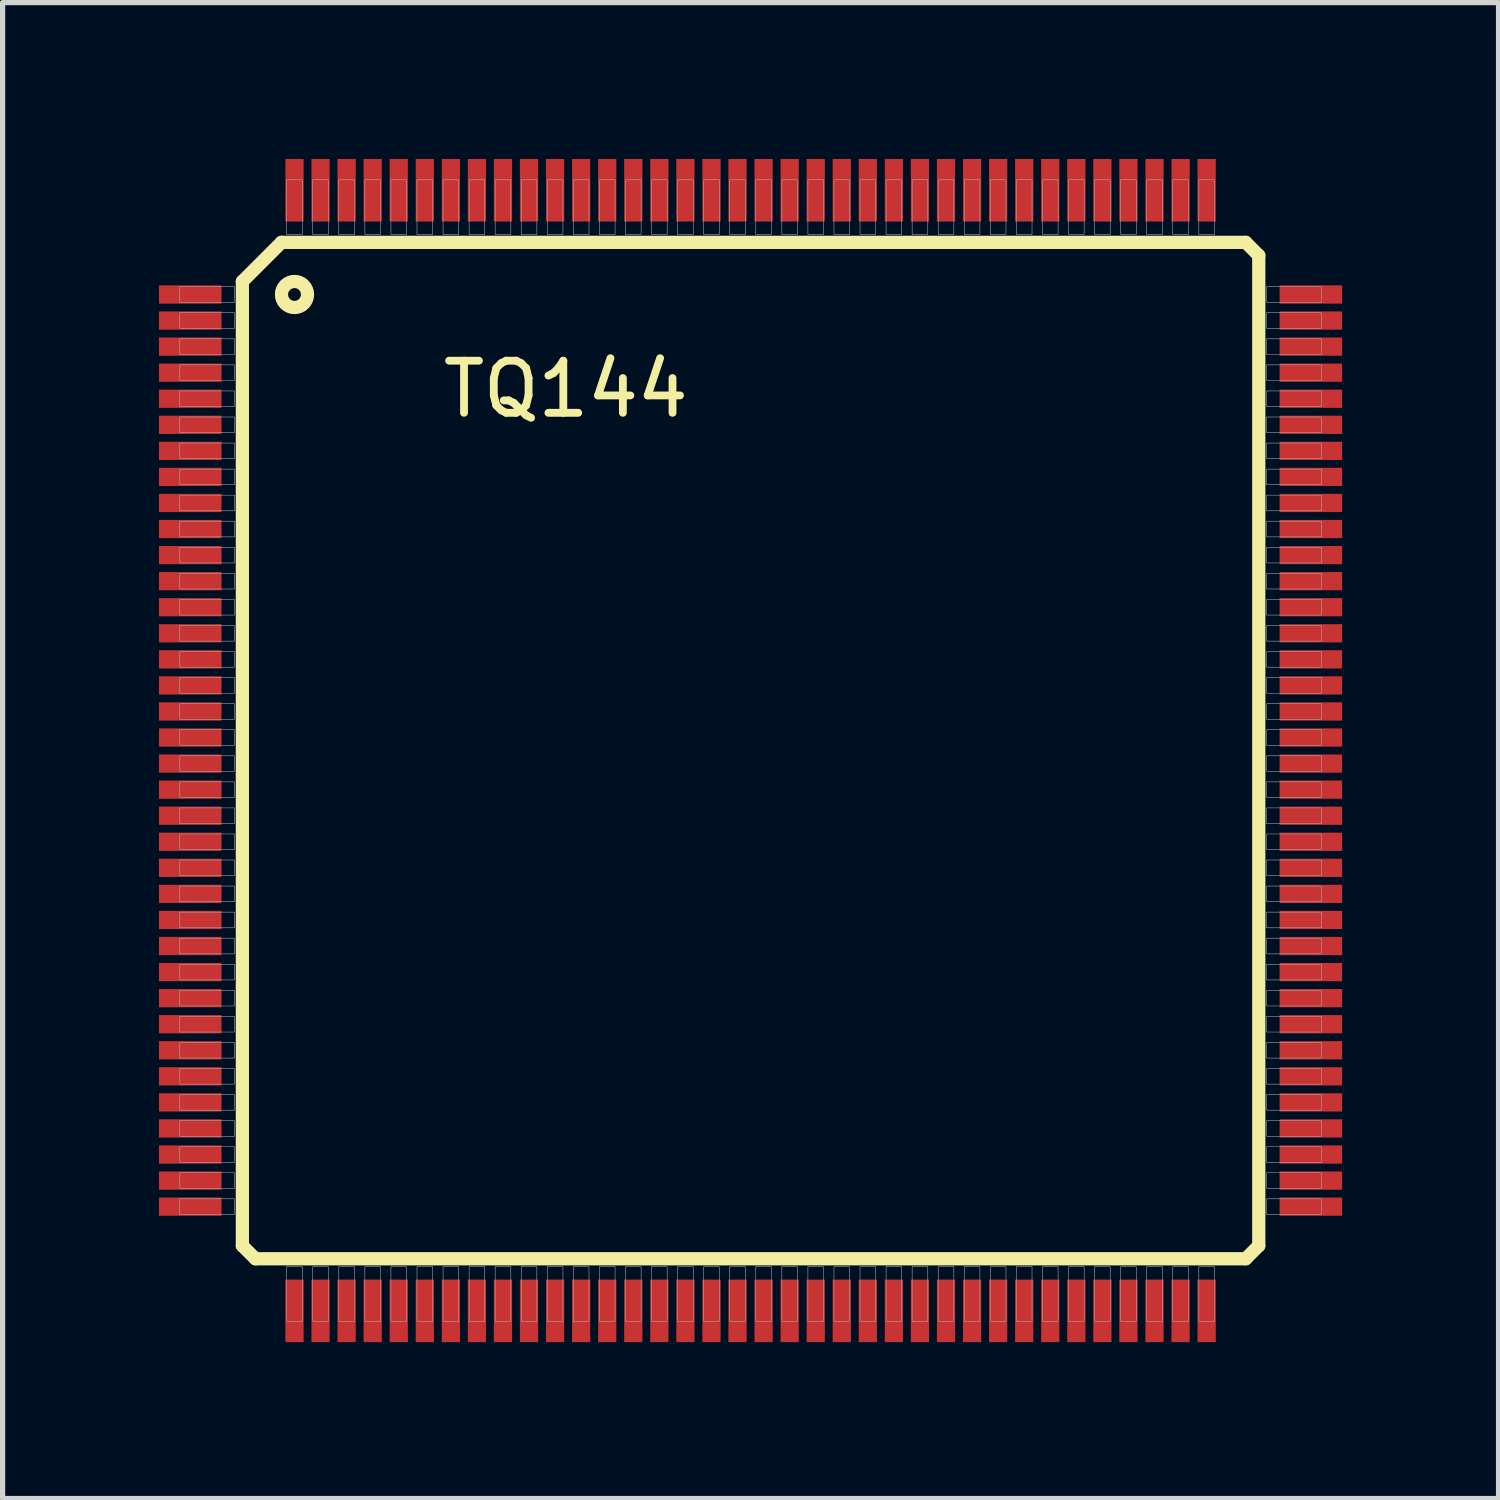
<source format=kicad_pcb>
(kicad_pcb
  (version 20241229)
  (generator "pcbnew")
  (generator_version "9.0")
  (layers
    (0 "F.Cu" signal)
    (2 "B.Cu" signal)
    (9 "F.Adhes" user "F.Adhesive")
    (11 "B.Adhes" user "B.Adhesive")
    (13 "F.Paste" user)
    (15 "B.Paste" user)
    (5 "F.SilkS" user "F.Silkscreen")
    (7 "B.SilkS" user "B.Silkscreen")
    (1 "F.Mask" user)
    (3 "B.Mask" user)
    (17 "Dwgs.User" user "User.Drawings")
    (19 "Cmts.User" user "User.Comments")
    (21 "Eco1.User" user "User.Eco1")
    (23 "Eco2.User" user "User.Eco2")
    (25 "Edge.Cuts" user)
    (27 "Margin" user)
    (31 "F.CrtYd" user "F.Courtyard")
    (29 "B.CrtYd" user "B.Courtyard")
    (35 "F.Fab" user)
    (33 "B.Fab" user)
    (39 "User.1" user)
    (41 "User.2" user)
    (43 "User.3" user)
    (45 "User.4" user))
  (footprint "TQ144"
    (layer "F.Cu")
    (at 11.35 11.35)
    (property "Reference" "TQ144" (at -3.545 -6.935 0) (layer "F.SilkS") (effects (font (size 1 1) (thickness 0.15))))
    (attr through_hole)
    (fp_line (start -9.75 -9) (end -9 -9.75) (stroke (width 0.254) (type solid)) (layer "F.SilkS"))
    (fp_line (start -9.75 9.5) (end -9.75 -9) (stroke (width 0.254) (type solid)) (layer "F.SilkS"))
    (fp_line (start -9.5 9.75) (end -9.75 9.5) (stroke (width 0.254) (type solid)) (layer "F.SilkS"))
    (fp_line (start -9 -9.75) (end 9.5 -9.75) (stroke (width 0.254) (type solid)) (layer "F.SilkS"))
    (fp_line (start 9.5 -9.75) (end 9.75 -9.5) (stroke (width 0.254) (type solid)) (layer "F.SilkS"))
    (fp_line (start 9.5 9.75) (end -9.5 9.75) (stroke (width 0.254) (type solid)) (layer "F.SilkS"))
    (fp_line (start 9.75 -9.5) (end 9.75 9.5) (stroke (width 0.254) (type solid)) (layer "F.SilkS"))
    (fp_line (start 9.75 9.5) (end 9.5 9.75) (stroke (width 0.254) (type solid)) (layer "F.SilkS"))
    (fp_circle (center -8.75 -8.75) (end -8.5 -8.75) (stroke (width 0.254) (type solid)) (fill no) (layer "F.SilkS"))
    (fp_poly (pts (xy -10.95 -8.9) (xy -9.9 -8.9) (xy -9.9 -8.6) (xy -10.95 -8.6)) (stroke (width 0.01) (type solid)) (fill no) (layer "F.Fab"))
    (fp_poly (pts (xy -10.95 -8.4) (xy -9.9 -8.4) (xy -9.9 -8.1) (xy -10.95 -8.1)) (stroke (width 0.01) (type solid)) (fill no) (layer "F.Fab"))
    (fp_poly (pts (xy -10.95 -7.9) (xy -9.9 -7.9) (xy -9.9 -7.6) (xy -10.95 -7.6)) (stroke (width 0.01) (type solid)) (fill no) (layer "F.Fab"))
    (fp_poly (pts (xy -10.95 -7.4) (xy -9.9 -7.4) (xy -9.9 -7.1) (xy -10.95 -7.1)) (stroke (width 0.01) (type solid)) (fill no) (layer "F.Fab"))
    (fp_poly (pts (xy -10.95 -6.9) (xy -9.9 -6.9) (xy -9.9 -6.6) (xy -10.95 -6.6)) (stroke (width 0.01) (type solid)) (fill no) (layer "F.Fab"))
    (fp_poly (pts (xy -10.95 -6.4) (xy -9.9 -6.4) (xy -9.9 -6.1) (xy -10.95 -6.1)) (stroke (width 0.01) (type solid)) (fill no) (layer "F.Fab"))
    (fp_poly (pts (xy -10.95 -5.9) (xy -9.9 -5.9) (xy -9.9 -5.6) (xy -10.95 -5.6)) (stroke (width 0.01) (type solid)) (fill no) (layer "F.Fab"))
    (fp_poly (pts (xy -10.95 -5.4) (xy -9.9 -5.4) (xy -9.9 -5.1) (xy -10.95 -5.1)) (stroke (width 0.01) (type solid)) (fill no) (layer "F.Fab"))
    (fp_poly (pts (xy -10.95 -4.9) (xy -9.9 -4.9) (xy -9.9 -4.6) (xy -10.95 -4.6)) (stroke (width 0.01) (type solid)) (fill no) (layer "F.Fab"))
    (fp_poly (pts (xy -10.95 -4.4) (xy -9.9 -4.4) (xy -9.9 -4.1) (xy -10.95 -4.1)) (stroke (width 0.01) (type solid)) (fill no) (layer "F.Fab"))
    (fp_poly (pts (xy -10.95 -3.9) (xy -9.9 -3.9) (xy -9.9 -3.6) (xy -10.95 -3.6)) (stroke (width 0.01) (type solid)) (fill no) (layer "F.Fab"))
    (fp_poly (pts (xy -10.95 -3.4) (xy -9.9 -3.4) (xy -9.9 -3.1) (xy -10.95 -3.1)) (stroke (width 0.01) (type solid)) (fill no) (layer "F.Fab"))
    (fp_poly (pts (xy -10.95 -2.9) (xy -9.9 -2.9) (xy -9.9 -2.6) (xy -10.95 -2.6)) (stroke (width 0.01) (type solid)) (fill no) (layer "F.Fab"))
    (fp_poly (pts (xy -10.95 -2.4) (xy -9.9 -2.4) (xy -9.9 -2.1) (xy -10.95 -2.1)) (stroke (width 0.01) (type solid)) (fill no) (layer "F.Fab"))
    (fp_poly (pts (xy -10.95 -1.9) (xy -9.9 -1.9) (xy -9.9 -1.6) (xy -10.95 -1.6)) (stroke (width 0.01) (type solid)) (fill no) (layer "F.Fab"))
    (fp_poly (pts (xy -10.95 -1.4) (xy -9.9 -1.4) (xy -9.9 -1.1) (xy -10.95 -1.1)) (stroke (width 0.01) (type solid)) (fill no) (layer "F.Fab"))
    (fp_poly (pts (xy -10.95 -0.9) (xy -9.9 -0.9) (xy -9.9 -0.6) (xy -10.95 -0.6)) (stroke (width 0.01) (type solid)) (fill no) (layer "F.Fab"))
    (fp_poly (pts (xy -10.95 -0.4) (xy -9.9 -0.4) (xy -9.9 -0.1) (xy -10.95 -0.1)) (stroke (width 0.01) (type solid)) (fill no) (layer "F.Fab"))
    (fp_poly (pts (xy -10.95 0.1) (xy -9.9 0.1) (xy -9.9 0.4) (xy -10.95 0.4)) (stroke (width 0.01) (type solid)) (fill no) (layer "F.Fab"))
    (fp_poly (pts (xy -10.95 0.6) (xy -9.9 0.6) (xy -9.9 0.9) (xy -10.95 0.9)) (stroke (width 0.01) (type solid)) (fill no) (layer "F.Fab"))
    (fp_poly (pts (xy -10.95 1.1) (xy -9.9 1.1) (xy -9.9 1.4) (xy -10.95 1.4)) (stroke (width 0.01) (type solid)) (fill no) (layer "F.Fab"))
    (fp_poly (pts (xy -10.95 1.6) (xy -9.9 1.6) (xy -9.9 1.9) (xy -10.95 1.9)) (stroke (width 0.01) (type solid)) (fill no) (layer "F.Fab"))
    (fp_poly (pts (xy -10.95 2.1) (xy -9.9 2.1) (xy -9.9 2.4) (xy -10.95 2.4)) (stroke (width 0.01) (type solid)) (fill no) (layer "F.Fab"))
    (fp_poly (pts (xy -10.95 2.6) (xy -9.9 2.6) (xy -9.9 2.9) (xy -10.95 2.9)) (stroke (width 0.01) (type solid)) (fill no) (layer "F.Fab"))
    (fp_poly (pts (xy -10.95 3.1) (xy -9.9 3.1) (xy -9.9 3.4) (xy -10.95 3.4)) (stroke (width 0.01) (type solid)) (fill no) (layer "F.Fab"))
    (fp_poly (pts (xy -10.95 3.6) (xy -9.9 3.6) (xy -9.9 3.9) (xy -10.95 3.9)) (stroke (width 0.01) (type solid)) (fill no) (layer "F.Fab"))
    (fp_poly (pts (xy -10.95 4.1) (xy -9.9 4.1) (xy -9.9 4.4) (xy -10.95 4.4)) (stroke (width 0.01) (type solid)) (fill no) (layer "F.Fab"))
    (fp_poly (pts (xy -10.95 4.6) (xy -9.9 4.6) (xy -9.9 4.9) (xy -10.95 4.9)) (stroke (width 0.01) (type solid)) (fill no) (layer "F.Fab"))
    (fp_poly (pts (xy -10.95 5.1) (xy -9.9 5.1) (xy -9.9 5.4) (xy -10.95 5.4)) (stroke (width 0.01) (type solid)) (fill no) (layer "F.Fab"))
    (fp_poly (pts (xy -10.95 5.6) (xy -9.9 5.6) (xy -9.9 5.9) (xy -10.95 5.9)) (stroke (width 0.01) (type solid)) (fill no) (layer "F.Fab"))
    (fp_poly (pts (xy -10.95 6.1) (xy -9.9 6.1) (xy -9.9 6.4) (xy -10.95 6.4)) (stroke (width 0.01) (type solid)) (fill no) (layer "F.Fab"))
    (fp_poly (pts (xy -10.95 6.6) (xy -9.9 6.6) (xy -9.9 6.9) (xy -10.95 6.9)) (stroke (width 0.01) (type solid)) (fill no) (layer "F.Fab"))
    (fp_poly (pts (xy -10.95 7.1) (xy -9.9 7.1) (xy -9.9 7.4) (xy -10.95 7.4)) (stroke (width 0.01) (type solid)) (fill no) (layer "F.Fab"))
    (fp_poly (pts (xy -10.95 7.6) (xy -9.9 7.6) (xy -9.9 7.9) (xy -10.95 7.9)) (stroke (width 0.01) (type solid)) (fill no) (layer "F.Fab"))
    (fp_poly (pts (xy -10.95 8.1) (xy -9.9 8.1) (xy -9.9 8.4) (xy -10.95 8.4)) (stroke (width 0.01) (type solid)) (fill no) (layer "F.Fab"))
    (fp_poly (pts (xy -10.95 8.6) (xy -9.9 8.6) (xy -9.9 8.9) (xy -10.95 8.9)) (stroke (width 0.01) (type solid)) (fill no) (layer "F.Fab"))
    (fp_poly (pts (xy -8.9 -10.95) (xy -8.6 -10.95) (xy -8.6 -9.9) (xy -8.9 -9.9)) (stroke (width 0.01) (type solid)) (fill no) (layer "F.Fab"))
    (fp_poly (pts (xy -8.9 9.9) (xy -8.6 9.9) (xy -8.6 10.95) (xy -8.9 10.95)) (stroke (width 0.01) (type solid)) (fill no) (layer "F.Fab"))
    (fp_poly (pts (xy -8.4 -10.95) (xy -8.1 -10.95) (xy -8.1 -9.9) (xy -8.4 -9.9)) (stroke (width 0.01) (type solid)) (fill no) (layer "F.Fab"))
    (fp_poly (pts (xy -8.4 9.9) (xy -8.1 9.9) (xy -8.1 10.95) (xy -8.4 10.95)) (stroke (width 0.01) (type solid)) (fill no) (layer "F.Fab"))
    (fp_poly (pts (xy -7.9 -10.95) (xy -7.6 -10.95) (xy -7.6 -9.9) (xy -7.9 -9.9)) (stroke (width 0.01) (type solid)) (fill no) (layer "F.Fab"))
    (fp_poly (pts (xy -7.9 9.9) (xy -7.6 9.9) (xy -7.6 10.95) (xy -7.9 10.95)) (stroke (width 0.01) (type solid)) (fill no) (layer "F.Fab"))
    (fp_poly (pts (xy -7.4 -10.95) (xy -7.1 -10.95) (xy -7.1 -9.9) (xy -7.4 -9.9)) (stroke (width 0.01) (type solid)) (fill no) (layer "F.Fab"))
    (fp_poly (pts (xy -7.4 9.9) (xy -7.1 9.9) (xy -7.1 10.95) (xy -7.4 10.95)) (stroke (width 0.01) (type solid)) (fill no) (layer "F.Fab"))
    (fp_poly (pts (xy -6.9 -10.95) (xy -6.6 -10.95) (xy -6.6 -9.9) (xy -6.9 -9.9)) (stroke (width 0.01) (type solid)) (fill no) (layer "F.Fab"))
    (fp_poly (pts (xy -6.9 9.9) (xy -6.6 9.9) (xy -6.6 10.95) (xy -6.9 10.95)) (stroke (width 0.01) (type solid)) (fill no) (layer "F.Fab"))
    (fp_poly (pts (xy -6.4 -10.95) (xy -6.1 -10.95) (xy -6.1 -9.9) (xy -6.4 -9.9)) (stroke (width 0.01) (type solid)) (fill no) (layer "F.Fab"))
    (fp_poly (pts (xy -6.4 9.9) (xy -6.1 9.9) (xy -6.1 10.95) (xy -6.4 10.95)) (stroke (width 0.01) (type solid)) (fill no) (layer "F.Fab"))
    (fp_poly (pts (xy -5.9 -10.95) (xy -5.6 -10.95) (xy -5.6 -9.9) (xy -5.9 -9.9)) (stroke (width 0.01) (type solid)) (fill no) (layer "F.Fab"))
    (fp_poly (pts (xy -5.9 9.9) (xy -5.6 9.9) (xy -5.6 10.95) (xy -5.9 10.95)) (stroke (width 0.01) (type solid)) (fill no) (layer "F.Fab"))
    (fp_poly (pts (xy -5.4 -10.95) (xy -5.1 -10.95) (xy -5.1 -9.9) (xy -5.4 -9.9)) (stroke (width 0.01) (type solid)) (fill no) (layer "F.Fab"))
    (fp_poly (pts (xy -5.4 9.9) (xy -5.1 9.9) (xy -5.1 10.95) (xy -5.4 10.95)) (stroke (width 0.01) (type solid)) (fill no) (layer "F.Fab"))
    (fp_poly (pts (xy -4.9 -10.95) (xy -4.6 -10.95) (xy -4.6 -9.9) (xy -4.9 -9.9)) (stroke (width 0.01) (type solid)) (fill no) (layer "F.Fab"))
    (fp_poly (pts (xy -4.9 9.9) (xy -4.6 9.9) (xy -4.6 10.95) (xy -4.9 10.95)) (stroke (width 0.01) (type solid)) (fill no) (layer "F.Fab"))
    (fp_poly (pts (xy -4.4 -10.95) (xy -4.1 -10.95) (xy -4.1 -9.9) (xy -4.4 -9.9)) (stroke (width 0.01) (type solid)) (fill no) (layer "F.Fab"))
    (fp_poly (pts (xy -4.4 9.9) (xy -4.1 9.9) (xy -4.1 10.95) (xy -4.4 10.95)) (stroke (width 0.01) (type solid)) (fill no) (layer "F.Fab"))
    (fp_poly (pts (xy -3.9 -10.95) (xy -3.6 -10.95) (xy -3.6 -9.9) (xy -3.9 -9.9)) (stroke (width 0.01) (type solid)) (fill no) (layer "F.Fab"))
    (fp_poly (pts (xy -3.9 9.9) (xy -3.6 9.9) (xy -3.6 10.95) (xy -3.9 10.95)) (stroke (width 0.01) (type solid)) (fill no) (layer "F.Fab"))
    (fp_poly (pts (xy -3.4 -10.95) (xy -3.1 -10.95) (xy -3.1 -9.9) (xy -3.4 -9.9)) (stroke (width 0.01) (type solid)) (fill no) (layer "F.Fab"))
    (fp_poly (pts (xy -3.4 9.9) (xy -3.1 9.9) (xy -3.1 10.95) (xy -3.4 10.95)) (stroke (width 0.01) (type solid)) (fill no) (layer "F.Fab"))
    (fp_poly (pts (xy -2.9 -10.95) (xy -2.6 -10.95) (xy -2.6 -9.9) (xy -2.9 -9.9)) (stroke (width 0.01) (type solid)) (fill no) (layer "F.Fab"))
    (fp_poly (pts (xy -2.9 9.9) (xy -2.6 9.9) (xy -2.6 10.95) (xy -2.9 10.95)) (stroke (width 0.01) (type solid)) (fill no) (layer "F.Fab"))
    (fp_poly (pts (xy -2.4 -10.95) (xy -2.1 -10.95) (xy -2.1 -9.9) (xy -2.4 -9.9)) (stroke (width 0.01) (type solid)) (fill no) (layer "F.Fab"))
    (fp_poly (pts (xy -2.4 9.9) (xy -2.1 9.9) (xy -2.1 10.95) (xy -2.4 10.95)) (stroke (width 0.01) (type solid)) (fill no) (layer "F.Fab"))
    (fp_poly (pts (xy -1.9 -10.95) (xy -1.6 -10.95) (xy -1.6 -9.9) (xy -1.9 -9.9)) (stroke (width 0.01) (type solid)) (fill no) (layer "F.Fab"))
    (fp_poly (pts (xy -1.9 9.9) (xy -1.6 9.9) (xy -1.6 10.95) (xy -1.9 10.95)) (stroke (width 0.01) (type solid)) (fill no) (layer "F.Fab"))
    (fp_poly (pts (xy -1.4 -10.95) (xy -1.1 -10.95) (xy -1.1 -9.9) (xy -1.4 -9.9)) (stroke (width 0.01) (type solid)) (fill no) (layer "F.Fab"))
    (fp_poly (pts (xy -1.4 9.9) (xy -1.1 9.9) (xy -1.1 10.95) (xy -1.4 10.95)) (stroke (width 0.01) (type solid)) (fill no) (layer "F.Fab"))
    (fp_poly (pts (xy -0.9 -10.95) (xy -0.6 -10.95) (xy -0.6 -9.9) (xy -0.9 -9.9)) (stroke (width 0.01) (type solid)) (fill no) (layer "F.Fab"))
    (fp_poly (pts (xy -0.9 9.9) (xy -0.6 9.9) (xy -0.6 10.95) (xy -0.9 10.95)) (stroke (width 0.01) (type solid)) (fill no) (layer "F.Fab"))
    (fp_poly (pts (xy -0.4 -10.95) (xy -0.1 -10.95) (xy -0.1 -9.9) (xy -0.4 -9.9)) (stroke (width 0.01) (type solid)) (fill no) (layer "F.Fab"))
    (fp_poly (pts (xy -0.4 9.9) (xy -0.1 9.9) (xy -0.1 10.95) (xy -0.4 10.95)) (stroke (width 0.01) (type solid)) (fill no) (layer "F.Fab"))
    (fp_poly (pts (xy 0.1 -10.95) (xy 0.4 -10.95) (xy 0.4 -9.9) (xy 0.1 -9.9)) (stroke (width 0.01) (type solid)) (fill no) (layer "F.Fab"))
    (fp_poly (pts (xy 0.1 9.9) (xy 0.4 9.9) (xy 0.4 10.95) (xy 0.1 10.95)) (stroke (width 0.01) (type solid)) (fill no) (layer "F.Fab"))
    (fp_poly (pts (xy 0.6 -10.95) (xy 0.9 -10.95) (xy 0.9 -9.9) (xy 0.6 -9.9)) (stroke (width 0.01) (type solid)) (fill no) (layer "F.Fab"))
    (fp_poly (pts (xy 0.6 9.9) (xy 0.9 9.9) (xy 0.9 10.95) (xy 0.6 10.95)) (stroke (width 0.01) (type solid)) (fill no) (layer "F.Fab"))
    (fp_poly (pts (xy 1.1 -10.95) (xy 1.4 -10.95) (xy 1.4 -9.9) (xy 1.1 -9.9)) (stroke (width 0.01) (type solid)) (fill no) (layer "F.Fab"))
    (fp_poly (pts (xy 1.1 9.9) (xy 1.4 9.9) (xy 1.4 10.95) (xy 1.1 10.95)) (stroke (width 0.01) (type solid)) (fill no) (layer "F.Fab"))
    (fp_poly (pts (xy 1.6 -10.95) (xy 1.9 -10.95) (xy 1.9 -9.9) (xy 1.6 -9.9)) (stroke (width 0.01) (type solid)) (fill no) (layer "F.Fab"))
    (fp_poly (pts (xy 1.6 9.9) (xy 1.9 9.9) (xy 1.9 10.95) (xy 1.6 10.95)) (stroke (width 0.01) (type solid)) (fill no) (layer "F.Fab"))
    (fp_poly (pts (xy 2.1 -10.95) (xy 2.4 -10.95) (xy 2.4 -9.9) (xy 2.1 -9.9)) (stroke (width 0.01) (type solid)) (fill no) (layer "F.Fab"))
    (fp_poly (pts (xy 2.1 9.9) (xy 2.4 9.9) (xy 2.4 10.95) (xy 2.1 10.95)) (stroke (width 0.01) (type solid)) (fill no) (layer "F.Fab"))
    (fp_poly (pts (xy 2.6 -10.95) (xy 2.9 -10.95) (xy 2.9 -9.9) (xy 2.6 -9.9)) (stroke (width 0.01) (type solid)) (fill no) (layer "F.Fab"))
    (fp_poly (pts (xy 2.6 9.9) (xy 2.9 9.9) (xy 2.9 10.95) (xy 2.6 10.95)) (stroke (width 0.01) (type solid)) (fill no) (layer "F.Fab"))
    (fp_poly (pts (xy 3.1 -10.95) (xy 3.4 -10.95) (xy 3.4 -9.9) (xy 3.1 -9.9)) (stroke (width 0.01) (type solid)) (fill no) (layer "F.Fab"))
    (fp_poly (pts (xy 3.1 9.9) (xy 3.4 9.9) (xy 3.4 10.95) (xy 3.1 10.95)) (stroke (width 0.01) (type solid)) (fill no) (layer "F.Fab"))
    (fp_poly (pts (xy 3.6 -10.95) (xy 3.9 -10.95) (xy 3.9 -9.9) (xy 3.6 -9.9)) (stroke (width 0.01) (type solid)) (fill no) (layer "F.Fab"))
    (fp_poly (pts (xy 3.6 9.9) (xy 3.9 9.9) (xy 3.9 10.95) (xy 3.6 10.95)) (stroke (width 0.01) (type solid)) (fill no) (layer "F.Fab"))
    (fp_poly (pts (xy 4.1 -10.95) (xy 4.4 -10.95) (xy 4.4 -9.9) (xy 4.1 -9.9)) (stroke (width 0.01) (type solid)) (fill no) (layer "F.Fab"))
    (fp_poly (pts (xy 4.1 9.9) (xy 4.4 9.9) (xy 4.4 10.95) (xy 4.1 10.95)) (stroke (width 0.01) (type solid)) (fill no) (layer "F.Fab"))
    (fp_poly (pts (xy 4.6 -10.95) (xy 4.9 -10.95) (xy 4.9 -9.9) (xy 4.6 -9.9)) (stroke (width 0.01) (type solid)) (fill no) (layer "F.Fab"))
    (fp_poly (pts (xy 4.6 9.9) (xy 4.9 9.9) (xy 4.9 10.95) (xy 4.6 10.95)) (stroke (width 0.01) (type solid)) (fill no) (layer "F.Fab"))
    (fp_poly (pts (xy 5.1 -10.95) (xy 5.4 -10.95) (xy 5.4 -9.9) (xy 5.1 -9.9)) (stroke (width 0.01) (type solid)) (fill no) (layer "F.Fab"))
    (fp_poly (pts (xy 5.1 9.9) (xy 5.4 9.9) (xy 5.4 10.95) (xy 5.1 10.95)) (stroke (width 0.01) (type solid)) (fill no) (layer "F.Fab"))
    (fp_poly (pts (xy 5.6 -10.95) (xy 5.9 -10.95) (xy 5.9 -9.9) (xy 5.6 -9.9)) (stroke (width 0.01) (type solid)) (fill no) (layer "F.Fab"))
    (fp_poly (pts (xy 5.6 9.9) (xy 5.9 9.9) (xy 5.9 10.95) (xy 5.6 10.95)) (stroke (width 0.01) (type solid)) (fill no) (layer "F.Fab"))
    (fp_poly (pts (xy 6.1 -10.95) (xy 6.4 -10.95) (xy 6.4 -9.9) (xy 6.1 -9.9)) (stroke (width 0.01) (type solid)) (fill no) (layer "F.Fab"))
    (fp_poly (pts (xy 6.1 9.9) (xy 6.4 9.9) (xy 6.4 10.95) (xy 6.1 10.95)) (stroke (width 0.01) (type solid)) (fill no) (layer "F.Fab"))
    (fp_poly (pts (xy 6.6 -10.95) (xy 6.9 -10.95) (xy 6.9 -9.9) (xy 6.6 -9.9)) (stroke (width 0.01) (type solid)) (fill no) (layer "F.Fab"))
    (fp_poly (pts (xy 6.6 9.9) (xy 6.9 9.9) (xy 6.9 10.95) (xy 6.6 10.95)) (stroke (width 0.01) (type solid)) (fill no) (layer "F.Fab"))
    (fp_poly (pts (xy 7.1 -10.95) (xy 7.4 -10.95) (xy 7.4 -9.9) (xy 7.1 -9.9)) (stroke (width 0.01) (type solid)) (fill no) (layer "F.Fab"))
    (fp_poly (pts (xy 7.1 9.9) (xy 7.4 9.9) (xy 7.4 10.95) (xy 7.1 10.95)) (stroke (width 0.01) (type solid)) (fill no) (layer "F.Fab"))
    (fp_poly (pts (xy 7.6 -10.95) (xy 7.9 -10.95) (xy 7.9 -9.9) (xy 7.6 -9.9)) (stroke (width 0.01) (type solid)) (fill no) (layer "F.Fab"))
    (fp_poly (pts (xy 7.6 9.9) (xy 7.9 9.9) (xy 7.9 10.95) (xy 7.6 10.95)) (stroke (width 0.01) (type solid)) (fill no) (layer "F.Fab"))
    (fp_poly (pts (xy 8.1 -10.95) (xy 8.4 -10.95) (xy 8.4 -9.9) (xy 8.1 -9.9)) (stroke (width 0.01) (type solid)) (fill no) (layer "F.Fab"))
    (fp_poly (pts (xy 8.1 9.9) (xy 8.4 9.9) (xy 8.4 10.95) (xy 8.1 10.95)) (stroke (width 0.01) (type solid)) (fill no) (layer "F.Fab"))
    (fp_poly (pts (xy 8.6 -10.95) (xy 8.9 -10.95) (xy 8.9 -9.9) (xy 8.6 -9.9)) (stroke (width 0.01) (type solid)) (fill no) (layer "F.Fab"))
    (fp_poly (pts (xy 8.6 9.9) (xy 8.9 9.9) (xy 8.9 10.95) (xy 8.6 10.95)) (stroke (width 0.01) (type solid)) (fill no) (layer "F.Fab"))
    (fp_poly (pts (xy 9.9 -8.9) (xy 10.95 -8.9) (xy 10.95 -8.6) (xy 9.9 -8.6)) (stroke (width 0.01) (type solid)) (fill no) (layer "F.Fab"))
    (fp_poly (pts (xy 9.9 -8.4) (xy 10.95 -8.4) (xy 10.95 -8.1) (xy 9.9 -8.1)) (stroke (width 0.01) (type solid)) (fill no) (layer "F.Fab"))
    (fp_poly (pts (xy 9.9 -7.9) (xy 10.95 -7.9) (xy 10.95 -7.6) (xy 9.9 -7.6)) (stroke (width 0.01) (type solid)) (fill no) (layer "F.Fab"))
    (fp_poly (pts (xy 9.9 -7.4) (xy 10.95 -7.4) (xy 10.95 -7.1) (xy 9.9 -7.1)) (stroke (width 0.01) (type solid)) (fill no) (layer "F.Fab"))
    (fp_poly (pts (xy 9.9 -6.9) (xy 10.95 -6.9) (xy 10.95 -6.6) (xy 9.9 -6.6)) (stroke (width 0.01) (type solid)) (fill no) (layer "F.Fab"))
    (fp_poly (pts (xy 9.9 -6.4) (xy 10.95 -6.4) (xy 10.95 -6.1) (xy 9.9 -6.1)) (stroke (width 0.01) (type solid)) (fill no) (layer "F.Fab"))
    (fp_poly (pts (xy 9.9 -5.9) (xy 10.95 -5.9) (xy 10.95 -5.6) (xy 9.9 -5.6)) (stroke (width 0.01) (type solid)) (fill no) (layer "F.Fab"))
    (fp_poly (pts (xy 9.9 -5.4) (xy 10.95 -5.4) (xy 10.95 -5.1) (xy 9.9 -5.1)) (stroke (width 0.01) (type solid)) (fill no) (layer "F.Fab"))
    (fp_poly (pts (xy 9.9 -4.9) (xy 10.95 -4.9) (xy 10.95 -4.6) (xy 9.9 -4.6)) (stroke (width 0.01) (type solid)) (fill no) (layer "F.Fab"))
    (fp_poly (pts (xy 9.9 -4.4) (xy 10.95 -4.4) (xy 10.95 -4.1) (xy 9.9 -4.1)) (stroke (width 0.01) (type solid)) (fill no) (layer "F.Fab"))
    (fp_poly (pts (xy 9.9 -3.9) (xy 10.95 -3.9) (xy 10.95 -3.6) (xy 9.9 -3.6)) (stroke (width 0.01) (type solid)) (fill no) (layer "F.Fab"))
    (fp_poly (pts (xy 9.9 -3.4) (xy 10.95 -3.4) (xy 10.95 -3.1) (xy 9.9 -3.1)) (stroke (width 0.01) (type solid)) (fill no) (layer "F.Fab"))
    (fp_poly (pts (xy 9.9 -2.9) (xy 10.95 -2.9) (xy 10.95 -2.6) (xy 9.9 -2.6)) (stroke (width 0.01) (type solid)) (fill no) (layer "F.Fab"))
    (fp_poly (pts (xy 9.9 -2.4) (xy 10.95 -2.4) (xy 10.95 -2.1) (xy 9.9 -2.1)) (stroke (width 0.01) (type solid)) (fill no) (layer "F.Fab"))
    (fp_poly (pts (xy 9.9 -1.9) (xy 10.95 -1.9) (xy 10.95 -1.6) (xy 9.9 -1.6)) (stroke (width 0.01) (type solid)) (fill no) (layer "F.Fab"))
    (fp_poly (pts (xy 9.9 -1.4) (xy 10.95 -1.4) (xy 10.95 -1.1) (xy 9.9 -1.1)) (stroke (width 0.01) (type solid)) (fill no) (layer "F.Fab"))
    (fp_poly (pts (xy 9.9 -0.9) (xy 10.95 -0.9) (xy 10.95 -0.6) (xy 9.9 -0.6)) (stroke (width 0.01) (type solid)) (fill no) (layer "F.Fab"))
    (fp_poly (pts (xy 9.9 -0.4) (xy 10.95 -0.4) (xy 10.95 -0.1) (xy 9.9 -0.1)) (stroke (width 0.01) (type solid)) (fill no) (layer "F.Fab"))
    (fp_poly (pts (xy 9.9 0.1) (xy 10.95 0.1) (xy 10.95 0.4) (xy 9.9 0.4)) (stroke (width 0.01) (type solid)) (fill no) (layer "F.Fab"))
    (fp_poly (pts (xy 9.9 0.6) (xy 10.95 0.6) (xy 10.95 0.9) (xy 9.9 0.9)) (stroke (width 0.01) (type solid)) (fill no) (layer "F.Fab"))
    (fp_poly (pts (xy 9.9 1.1) (xy 10.95 1.1) (xy 10.95 1.4) (xy 9.9 1.4)) (stroke (width 0.01) (type solid)) (fill no) (layer "F.Fab"))
    (fp_poly (pts (xy 9.9 1.6) (xy 10.95 1.6) (xy 10.95 1.9) (xy 9.9 1.9)) (stroke (width 0.01) (type solid)) (fill no) (layer "F.Fab"))
    (fp_poly (pts (xy 9.9 2.1) (xy 10.95 2.1) (xy 10.95 2.4) (xy 9.9 2.4)) (stroke (width 0.01) (type solid)) (fill no) (layer "F.Fab"))
    (fp_poly (pts (xy 9.9 2.6) (xy 10.95 2.6) (xy 10.95 2.9) (xy 9.9 2.9)) (stroke (width 0.01) (type solid)) (fill no) (layer "F.Fab"))
    (fp_poly (pts (xy 9.9 3.1) (xy 10.95 3.1) (xy 10.95 3.4) (xy 9.9 3.4)) (stroke (width 0.01) (type solid)) (fill no) (layer "F.Fab"))
    (fp_poly (pts (xy 9.9 3.6) (xy 10.95 3.6) (xy 10.95 3.9) (xy 9.9 3.9)) (stroke (width 0.01) (type solid)) (fill no) (layer "F.Fab"))
    (fp_poly (pts (xy 9.9 4.1) (xy 10.95 4.1) (xy 10.95 4.4) (xy 9.9 4.4)) (stroke (width 0.01) (type solid)) (fill no) (layer "F.Fab"))
    (fp_poly (pts (xy 9.9 4.6) (xy 10.95 4.6) (xy 10.95 4.9) (xy 9.9 4.9)) (stroke (width 0.01) (type solid)) (fill no) (layer "F.Fab"))
    (fp_poly (pts (xy 9.9 5.1) (xy 10.95 5.1) (xy 10.95 5.4) (xy 9.9 5.4)) (stroke (width 0.01) (type solid)) (fill no) (layer "F.Fab"))
    (fp_poly (pts (xy 9.9 5.6) (xy 10.95 5.6) (xy 10.95 5.9) (xy 9.9 5.9)) (stroke (width 0.01) (type solid)) (fill no) (layer "F.Fab"))
    (fp_poly (pts (xy 9.9 6.1) (xy 10.95 6.1) (xy 10.95 6.4) (xy 9.9 6.4)) (stroke (width 0.01) (type solid)) (fill no) (layer "F.Fab"))
    (fp_poly (pts (xy 9.9 6.6) (xy 10.95 6.6) (xy 10.95 6.9) (xy 9.9 6.9)) (stroke (width 0.01) (type solid)) (fill no) (layer "F.Fab"))
    (fp_poly (pts (xy 9.9 7.1) (xy 10.95 7.1) (xy 10.95 7.4) (xy 9.9 7.4)) (stroke (width 0.01) (type solid)) (fill no) (layer "F.Fab"))
    (fp_poly (pts (xy 9.9 7.6) (xy 10.95 7.6) (xy 10.95 7.9) (xy 9.9 7.9)) (stroke (width 0.01) (type solid)) (fill no) (layer "F.Fab"))
    (fp_poly (pts (xy 9.9 8.1) (xy 10.95 8.1) (xy 10.95 8.4) (xy 9.9 8.4)) (stroke (width 0.01) (type solid)) (fill no) (layer "F.Fab"))
    (fp_poly (pts (xy 9.9 8.6) (xy 10.95 8.6) (xy 10.95 8.9) (xy 9.9 8.9)) (stroke (width 0.01) (type solid)) (fill no) (layer "F.Fab"))
    (pad "1" smd rect (at -10.75 -8.75) (size 1.2 0.35) (layers "F.Cu" "F.Mask" "F.Paste"))
    (pad "2" smd rect (at -10.75 -8.25) (size 1.2 0.35) (layers "F.Cu" "F.Mask" "F.Paste"))
    (pad "3" smd rect (at -10.75 -7.75) (size 1.2 0.35) (layers "F.Cu" "F.Mask" "F.Paste"))
    (pad "4" smd rect (at -10.75 -7.25) (size 1.2 0.35) (layers "F.Cu" "F.Mask" "F.Paste"))
    (pad "5" smd rect (at -10.75 -6.75) (size 1.2 0.35) (layers "F.Cu" "F.Mask" "F.Paste"))
    (pad "6" smd rect (at -10.75 -6.25) (size 1.2 0.35) (layers "F.Cu" "F.Mask" "F.Paste"))
    (pad "7" smd rect (at -10.75 -5.75) (size 1.2 0.35) (layers "F.Cu" "F.Mask" "F.Paste"))
    (pad "8" smd rect (at -10.75 -5.25) (size 1.2 0.35) (layers "F.Cu" "F.Mask" "F.Paste"))
    (pad "9" smd rect (at -10.75 -4.75) (size 1.2 0.35) (layers "F.Cu" "F.Mask" "F.Paste"))
    (pad "10" smd rect (at -10.75 -4.25) (size 1.2 0.35) (layers "F.Cu" "F.Mask" "F.Paste"))
    (pad "11" smd rect (at -10.75 -3.75) (size 1.2 0.35) (layers "F.Cu" "F.Mask" "F.Paste"))
    (pad "12" smd rect (at -10.75 -3.25) (size 1.2 0.35) (layers "F.Cu" "F.Mask" "F.Paste"))
    (pad "13" smd rect (at -10.75 -2.75) (size 1.2 0.35) (layers "F.Cu" "F.Mask" "F.Paste"))
    (pad "14" smd rect (at -10.75 -2.25) (size 1.2 0.35) (layers "F.Cu" "F.Mask" "F.Paste"))
    (pad "15" smd rect (at -10.75 -1.75) (size 1.2 0.35) (layers "F.Cu" "F.Mask" "F.Paste"))
    (pad "16" smd rect (at -10.75 -1.25) (size 1.2 0.35) (layers "F.Cu" "F.Mask" "F.Paste"))
    (pad "17" smd rect (at -10.75 -0.75) (size 1.2 0.35) (layers "F.Cu" "F.Mask" "F.Paste"))
    (pad "18" smd rect (at -10.75 -0.25) (size 1.2 0.35) (layers "F.Cu" "F.Mask" "F.Paste"))
    (pad "19" smd rect (at -10.75 0.25) (size 1.2 0.35) (layers "F.Cu" "F.Mask" "F.Paste"))
    (pad "20" smd rect (at -10.75 0.75) (size 1.2 0.35) (layers "F.Cu" "F.Mask" "F.Paste"))
    (pad "21" smd rect (at -10.75 1.25) (size 1.2 0.35) (layers "F.Cu" "F.Mask" "F.Paste"))
    (pad "22" smd rect (at -10.75 1.75) (size 1.2 0.35) (layers "F.Cu" "F.Mask" "F.Paste"))
    (pad "23" smd rect (at -10.75 2.25) (size 1.2 0.35) (layers "F.Cu" "F.Mask" "F.Paste"))
    (pad "24" smd rect (at -10.75 2.75) (size 1.2 0.35) (layers "F.Cu" "F.Mask" "F.Paste"))
    (pad "25" smd rect (at -10.75 3.25) (size 1.2 0.35) (layers "F.Cu" "F.Mask" "F.Paste"))
    (pad "26" smd rect (at -10.75 3.75) (size 1.2 0.35) (layers "F.Cu" "F.Mask" "F.Paste"))
    (pad "27" smd rect (at -10.75 4.25) (size 1.2 0.35) (layers "F.Cu" "F.Mask" "F.Paste"))
    (pad "28" smd rect (at -10.75 4.75) (size 1.2 0.35) (layers "F.Cu" "F.Mask" "F.Paste"))
    (pad "29" smd rect (at -10.75 5.25) (size 1.2 0.35) (layers "F.Cu" "F.Mask" "F.Paste"))
    (pad "30" smd rect (at -10.75 5.75) (size 1.2 0.35) (layers "F.Cu" "F.Mask" "F.Paste"))
    (pad "31" smd rect (at -10.75 6.25) (size 1.2 0.35) (layers "F.Cu" "F.Mask" "F.Paste"))
    (pad "32" smd rect (at -10.75 6.75) (size 1.2 0.35) (layers "F.Cu" "F.Mask" "F.Paste"))
    (pad "33" smd rect (at -10.75 7.25) (size 1.2 0.35) (layers "F.Cu" "F.Mask" "F.Paste"))
    (pad "34" smd rect (at -10.75 7.75) (size 1.2 0.35) (layers "F.Cu" "F.Mask" "F.Paste"))
    (pad "35" smd rect (at -10.75 8.25) (size 1.2 0.35) (layers "F.Cu" "F.Mask" "F.Paste"))
    (pad "36" smd rect (at -10.75 8.75) (size 1.2 0.35) (layers "F.Cu" "F.Mask" "F.Paste"))
    (pad "37" smd rect (at -8.75 10.75) (size 0.35 1.2) (layers "F.Cu" "F.Mask" "F.Paste"))
    (pad "38" smd rect (at -8.25 10.75) (size 0.35 1.2) (layers "F.Cu" "F.Mask" "F.Paste"))
    (pad "39" smd rect (at -7.75 10.75) (size 0.35 1.2) (layers "F.Cu" "F.Mask" "F.Paste"))
    (pad "40" smd rect (at -7.25 10.75) (size 0.35 1.2) (layers "F.Cu" "F.Mask" "F.Paste"))
    (pad "41" smd rect (at -6.75 10.75) (size 0.35 1.2) (layers "F.Cu" "F.Mask" "F.Paste"))
    (pad "42" smd rect (at -6.25 10.75) (size 0.35 1.2) (layers "F.Cu" "F.Mask" "F.Paste"))
    (pad "43" smd rect (at -5.75 10.75) (size 0.35 1.2) (layers "F.Cu" "F.Mask" "F.Paste"))
    (pad "44" smd rect (at -5.25 10.75) (size 0.35 1.2) (layers "F.Cu" "F.Mask" "F.Paste"))
    (pad "45" smd rect (at -4.75 10.75) (size 0.35 1.2) (layers "F.Cu" "F.Mask" "F.Paste"))
    (pad "46" smd rect (at -4.25 10.75) (size 0.35 1.2) (layers "F.Cu" "F.Mask" "F.Paste"))
    (pad "47" smd rect (at -3.75 10.75) (size 0.35 1.2) (layers "F.Cu" "F.Mask" "F.Paste"))
    (pad "48" smd rect (at -3.25 10.75) (size 0.35 1.2) (layers "F.Cu" "F.Mask" "F.Paste"))
    (pad "49" smd rect (at -2.75 10.75) (size 0.35 1.2) (layers "F.Cu" "F.Mask" "F.Paste"))
    (pad "50" smd rect (at -2.25 10.75) (size 0.35 1.2) (layers "F.Cu" "F.Mask" "F.Paste"))
    (pad "51" smd rect (at -1.75 10.75) (size 0.35 1.2) (layers "F.Cu" "F.Mask" "F.Paste"))
    (pad "52" smd rect (at -1.25 10.75) (size 0.35 1.2) (layers "F.Cu" "F.Mask" "F.Paste"))
    (pad "53" smd rect (at -0.75 10.75) (size 0.35 1.2) (layers "F.Cu" "F.Mask" "F.Paste"))
    (pad "54" smd rect (at -0.25 10.75) (size 0.35 1.2) (layers "F.Cu" "F.Mask" "F.Paste"))
    (pad "55" smd rect (at 0.25 10.75) (size 0.35 1.2) (layers "F.Cu" "F.Mask" "F.Paste"))
    (pad "56" smd rect (at 0.75 10.75) (size 0.35 1.2) (layers "F.Cu" "F.Mask" "F.Paste"))
    (pad "57" smd rect (at 1.25 10.75) (size 0.35 1.2) (layers "F.Cu" "F.Mask" "F.Paste"))
    (pad "58" smd rect (at 1.75 10.75) (size 0.35 1.2) (layers "F.Cu" "F.Mask" "F.Paste"))
    (pad "59" smd rect (at 2.25 10.75) (size 0.35 1.2) (layers "F.Cu" "F.Mask" "F.Paste"))
    (pad "60" smd rect (at 2.75 10.75) (size 0.35 1.2) (layers "F.Cu" "F.Mask" "F.Paste"))
    (pad "61" smd rect (at 3.25 10.75) (size 0.35 1.2) (layers "F.Cu" "F.Mask" "F.Paste"))
    (pad "62" smd rect (at 3.75 10.75) (size 0.35 1.2) (layers "F.Cu" "F.Mask" "F.Paste"))
    (pad "63" smd rect (at 4.25 10.75) (size 0.35 1.2) (layers "F.Cu" "F.Mask" "F.Paste"))
    (pad "64" smd rect (at 4.75 10.75) (size 0.35 1.2) (layers "F.Cu" "F.Mask" "F.Paste"))
    (pad "65" smd rect (at 5.25 10.75) (size 0.35 1.2) (layers "F.Cu" "F.Mask" "F.Paste"))
    (pad "66" smd rect (at 5.75 10.75) (size 0.35 1.2) (layers "F.Cu" "F.Mask" "F.Paste"))
    (pad "67" smd rect (at 6.25 10.75) (size 0.35 1.2) (layers "F.Cu" "F.Mask" "F.Paste"))
    (pad "68" smd rect (at 6.75 10.75) (size 0.35 1.2) (layers "F.Cu" "F.Mask" "F.Paste"))
    (pad "69" smd rect (at 7.25 10.75) (size 0.35 1.2) (layers "F.Cu" "F.Mask" "F.Paste"))
    (pad "70" smd rect (at 7.75 10.75) (size 0.35 1.2) (layers "F.Cu" "F.Mask" "F.Paste"))
    (pad "71" smd rect (at 8.25 10.75) (size 0.35 1.2) (layers "F.Cu" "F.Mask" "F.Paste"))
    (pad "72" smd rect (at 8.75 10.75) (size 0.35 1.2) (layers "F.Cu" "F.Mask" "F.Paste"))
    (pad "73" smd rect (at 10.75 8.75) (size 1.2 0.35) (layers "F.Cu" "F.Mask" "F.Paste"))
    (pad "74" smd rect (at 10.75 8.25) (size 1.2 0.35) (layers "F.Cu" "F.Mask" "F.Paste"))
    (pad "75" smd rect (at 10.75 7.75) (size 1.2 0.35) (layers "F.Cu" "F.Mask" "F.Paste"))
    (pad "76" smd rect (at 10.75 7.25) (size 1.2 0.35) (layers "F.Cu" "F.Mask" "F.Paste"))
    (pad "77" smd rect (at 10.75 6.75) (size 1.2 0.35) (layers "F.Cu" "F.Mask" "F.Paste"))
    (pad "78" smd rect (at 10.75 6.25) (size 1.2 0.35) (layers "F.Cu" "F.Mask" "F.Paste"))
    (pad "79" smd rect (at 10.75 5.75) (size 1.2 0.35) (layers "F.Cu" "F.Mask" "F.Paste"))
    (pad "80" smd rect (at 10.75 5.25) (size 1.2 0.35) (layers "F.Cu" "F.Mask" "F.Paste"))
    (pad "81" smd rect (at 10.75 4.75) (size 1.2 0.35) (layers "F.Cu" "F.Mask" "F.Paste"))
    (pad "82" smd rect (at 10.75 4.25) (size 1.2 0.35) (layers "F.Cu" "F.Mask" "F.Paste"))
    (pad "83" smd rect (at 10.75 3.75) (size 1.2 0.35) (layers "F.Cu" "F.Mask" "F.Paste"))
    (pad "84" smd rect (at 10.75 3.25) (size 1.2 0.35) (layers "F.Cu" "F.Mask" "F.Paste"))
    (pad "85" smd rect (at 10.75 2.75) (size 1.2 0.35) (layers "F.Cu" "F.Mask" "F.Paste"))
    (pad "86" smd rect (at 10.75 2.25) (size 1.2 0.35) (layers "F.Cu" "F.Mask" "F.Paste"))
    (pad "87" smd rect (at 10.75 1.75) (size 1.2 0.35) (layers "F.Cu" "F.Mask" "F.Paste"))
    (pad "88" smd rect (at 10.75 1.25) (size 1.2 0.35) (layers "F.Cu" "F.Mask" "F.Paste"))
    (pad "89" smd rect (at 10.75 0.75) (size 1.2 0.35) (layers "F.Cu" "F.Mask" "F.Paste"))
    (pad "90" smd rect (at 10.75 0.25) (size 1.2 0.35) (layers "F.Cu" "F.Mask" "F.Paste"))
    (pad "91" smd rect (at 10.75 -0.25) (size 1.2 0.35) (layers "F.Cu" "F.Mask" "F.Paste"))
    (pad "92" smd rect (at 10.75 -0.75) (size 1.2 0.35) (layers "F.Cu" "F.Mask" "F.Paste"))
    (pad "93" smd rect (at 10.75 -1.25) (size 1.2 0.35) (layers "F.Cu" "F.Mask" "F.Paste"))
    (pad "94" smd rect (at 10.75 -1.75) (size 1.2 0.35) (layers "F.Cu" "F.Mask" "F.Paste"))
    (pad "95" smd rect (at 10.75 -2.25) (size 1.2 0.35) (layers "F.Cu" "F.Mask" "F.Paste"))
    (pad "96" smd rect (at 10.75 -2.75) (size 1.2 0.35) (layers "F.Cu" "F.Mask" "F.Paste"))
    (pad "97" smd rect (at 10.75 -3.25) (size 1.2 0.35) (layers "F.Cu" "F.Mask" "F.Paste"))
    (pad "98" smd rect (at 10.75 -3.75) (size 1.2 0.35) (layers "F.Cu" "F.Mask" "F.Paste"))
    (pad "99" smd rect (at 10.75 -4.25) (size 1.2 0.35) (layers "F.Cu" "F.Mask" "F.Paste"))
    (pad "100" smd rect (at 10.75 -4.75) (size 1.2 0.35) (layers "F.Cu" "F.Mask" "F.Paste"))
    (pad "101" smd rect (at 10.75 -5.25) (size 1.2 0.35) (layers "F.Cu" "F.Mask" "F.Paste"))
    (pad "102" smd rect (at 10.75 -5.75) (size 1.2 0.35) (layers "F.Cu" "F.Mask" "F.Paste"))
    (pad "103" smd rect (at 10.75 -6.25) (size 1.2 0.35) (layers "F.Cu" "F.Mask" "F.Paste"))
    (pad "104" smd rect (at 10.75 -6.75) (size 1.2 0.35) (layers "F.Cu" "F.Mask" "F.Paste"))
    (pad "105" smd rect (at 10.75 -7.25) (size 1.2 0.35) (layers "F.Cu" "F.Mask" "F.Paste"))
    (pad "106" smd rect (at 10.75 -7.75) (size 1.2 0.35) (layers "F.Cu" "F.Mask" "F.Paste"))
    (pad "107" smd rect (at 10.75 -8.25) (size 1.2 0.35) (layers "F.Cu" "F.Mask" "F.Paste"))
    (pad "108" smd rect (at 10.75 -8.75) (size 1.2 0.35) (layers "F.Cu" "F.Mask" "F.Paste"))
    (pad "109" smd rect (at 8.75 -10.75) (size 0.35 1.2) (layers "F.Cu" "F.Mask" "F.Paste"))
    (pad "110" smd rect (at 8.25 -10.75) (size 0.35 1.2) (layers "F.Cu" "F.Mask" "F.Paste"))
    (pad "111" smd rect (at 7.75 -10.75) (size 0.35 1.2) (layers "F.Cu" "F.Mask" "F.Paste"))
    (pad "112" smd rect (at 7.25 -10.75) (size 0.35 1.2) (layers "F.Cu" "F.Mask" "F.Paste"))
    (pad "113" smd rect (at 6.75 -10.75) (size 0.35 1.2) (layers "F.Cu" "F.Mask" "F.Paste"))
    (pad "114" smd rect (at 6.25 -10.75) (size 0.35 1.2) (layers "F.Cu" "F.Mask" "F.Paste"))
    (pad "115" smd rect (at 5.75 -10.75) (size 0.35 1.2) (layers "F.Cu" "F.Mask" "F.Paste"))
    (pad "116" smd rect (at 5.25 -10.75) (size 0.35 1.2) (layers "F.Cu" "F.Mask" "F.Paste"))
    (pad "117" smd rect (at 4.75 -10.75) (size 0.35 1.2) (layers "F.Cu" "F.Mask" "F.Paste"))
    (pad "118" smd rect (at 4.25 -10.75) (size 0.35 1.2) (layers "F.Cu" "F.Mask" "F.Paste"))
    (pad "119" smd rect (at 3.75 -10.75) (size 0.35 1.2) (layers "F.Cu" "F.Mask" "F.Paste"))
    (pad "120" smd rect (at 3.25 -10.75) (size 0.35 1.2) (layers "F.Cu" "F.Mask" "F.Paste"))
    (pad "121" smd rect (at 2.75 -10.75) (size 0.35 1.2) (layers "F.Cu" "F.Mask" "F.Paste"))
    (pad "122" smd rect (at 2.25 -10.75) (size 0.35 1.2) (layers "F.Cu" "F.Mask" "F.Paste"))
    (pad "123" smd rect (at 1.75 -10.75) (size 0.35 1.2) (layers "F.Cu" "F.Mask" "F.Paste"))
    (pad "124" smd rect (at 1.25 -10.75) (size 0.35 1.2) (layers "F.Cu" "F.Mask" "F.Paste"))
    (pad "125" smd rect (at 0.75 -10.75) (size 0.35 1.2) (layers "F.Cu" "F.Mask" "F.Paste"))
    (pad "126" smd rect (at 0.25 -10.75) (size 0.35 1.2) (layers "F.Cu" "F.Mask" "F.Paste"))
    (pad "127" smd rect (at -0.25 -10.75) (size 0.35 1.2) (layers "F.Cu" "F.Mask" "F.Paste"))
    (pad "128" smd rect (at -0.75 -10.75) (size 0.35 1.2) (layers "F.Cu" "F.Mask" "F.Paste"))
    (pad "129" smd rect (at -1.25 -10.75) (size 0.35 1.2) (layers "F.Cu" "F.Mask" "F.Paste"))
    (pad "130" smd rect (at -1.75 -10.75) (size 0.35 1.2) (layers "F.Cu" "F.Mask" "F.Paste"))
    (pad "131" smd rect (at -2.25 -10.75) (size 0.35 1.2) (layers "F.Cu" "F.Mask" "F.Paste"))
    (pad "132" smd rect (at -2.75 -10.75) (size 0.35 1.2) (layers "F.Cu" "F.Mask" "F.Paste"))
    (pad "133" smd rect (at -3.25 -10.75) (size 0.35 1.2) (layers "F.Cu" "F.Mask" "F.Paste"))
    (pad "134" smd rect (at -3.75 -10.75) (size 0.35 1.2) (layers "F.Cu" "F.Mask" "F.Paste"))
    (pad "135" smd rect (at -4.25 -10.75) (size 0.35 1.2) (layers "F.Cu" "F.Mask" "F.Paste"))
    (pad "136" smd rect (at -4.75 -10.75) (size 0.35 1.2) (layers "F.Cu" "F.Mask" "F.Paste"))
    (pad "137" smd rect (at -5.25 -10.75) (size 0.35 1.2) (layers "F.Cu" "F.Mask" "F.Paste"))
    (pad "138" smd rect (at -5.75 -10.75) (size 0.35 1.2) (layers "F.Cu" "F.Mask" "F.Paste"))
    (pad "139" smd rect (at -6.25 -10.75) (size 0.35 1.2) (layers "F.Cu" "F.Mask" "F.Paste"))
    (pad "140" smd rect (at -6.75 -10.75) (size 0.35 1.2) (layers "F.Cu" "F.Mask" "F.Paste"))
    (pad "141" smd rect (at -7.25 -10.75) (size 0.35 1.2) (layers "F.Cu" "F.Mask" "F.Paste"))
    (pad "142" smd rect (at -7.75 -10.75) (size 0.35 1.2) (layers "F.Cu" "F.Mask" "F.Paste"))
    (pad "143" smd rect (at -8.25 -10.75) (size 0.35 1.2) (layers "F.Cu" "F.Mask" "F.Paste"))
    (pad "144" smd rect (at -8.75 -10.75) (size 0.35 1.2) (layers "F.Cu" "F.Mask" "F.Paste")))
  (gr_rect
    (start -3 -3)
    (end 25.7 25.7)
    (stroke (width 0.1) (type default))
    (fill no)
    (layer "Edge.Cuts")))
</source>
